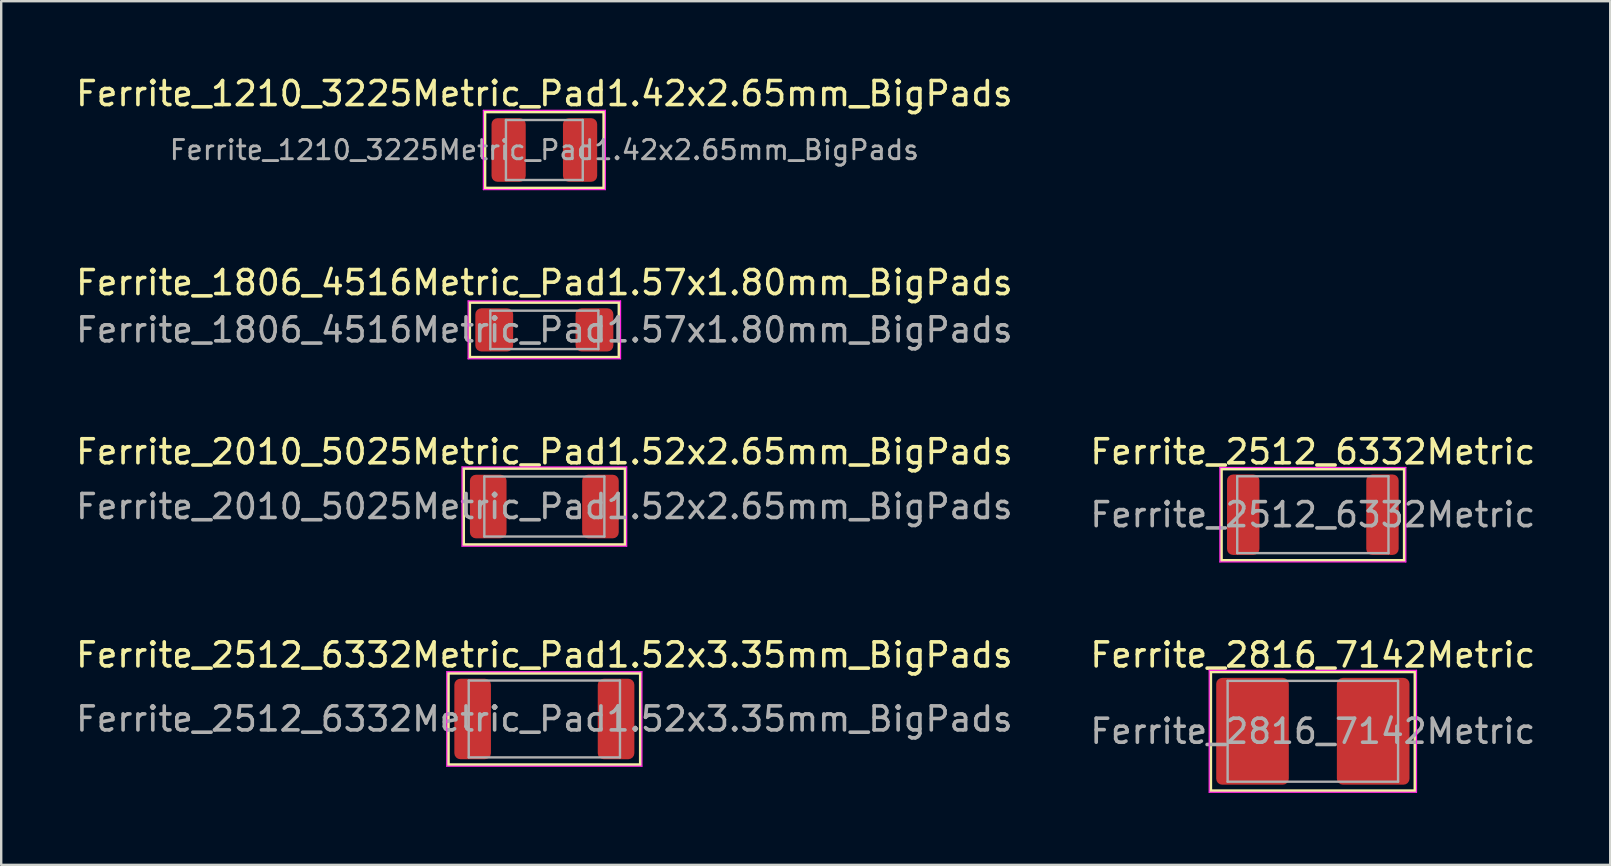
<source format=kicad_pcb>
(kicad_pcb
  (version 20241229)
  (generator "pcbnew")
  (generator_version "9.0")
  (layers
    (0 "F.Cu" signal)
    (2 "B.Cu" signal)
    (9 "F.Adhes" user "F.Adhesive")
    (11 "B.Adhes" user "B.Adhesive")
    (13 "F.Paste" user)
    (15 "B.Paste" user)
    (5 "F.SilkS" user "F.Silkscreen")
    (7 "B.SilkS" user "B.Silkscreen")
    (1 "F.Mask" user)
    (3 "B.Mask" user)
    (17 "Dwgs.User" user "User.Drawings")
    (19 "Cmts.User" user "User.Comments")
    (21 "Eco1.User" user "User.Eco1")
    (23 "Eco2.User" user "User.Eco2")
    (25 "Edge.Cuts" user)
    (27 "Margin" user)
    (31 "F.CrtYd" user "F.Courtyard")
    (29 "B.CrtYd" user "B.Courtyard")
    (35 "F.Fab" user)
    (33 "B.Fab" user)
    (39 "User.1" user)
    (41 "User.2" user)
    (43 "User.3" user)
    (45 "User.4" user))
  (footprint "Ferrite_2816_7142Metric"
    (layer "F.Cu")
    (at 51.637 27.412)
    (property "Reference" "Ferrite_2816_7142Metric" (at 0 -3.18 0) (layer "F.SilkS") (effects (font (size 1 1) (thickness 0.15))))
    (attr smd)
    (fp_line (start -4.255 -2.477) (end 4.255 -2.477) (stroke (width 0.12) (type solid)) (layer "F.SilkS"))
    (fp_line (start -4.255 2.477) (end -4.255 -2.477) (stroke (width 0.12) (type solid)) (layer "F.SilkS"))
    (fp_line (start 4.255 -2.477) (end 4.255 2.477) (stroke (width 0.12) (type solid)) (layer "F.SilkS"))
    (fp_line (start 4.255 2.477) (end -4.255 2.477) (stroke (width 0.12) (type solid)) (layer "F.SilkS"))
    (fp_line (start -4.318 -2.54) (end 4.318 -2.54) (stroke (width 0.05) (type solid)) (layer "F.CrtYd"))
    (fp_line (start -4.318 2.54) (end -4.318 -2.54) (stroke (width 0.05) (type solid)) (layer "F.CrtYd"))
    (fp_line (start 4.318 -2.54) (end 4.318 2.54) (stroke (width 0.05) (type solid)) (layer "F.CrtYd"))
    (fp_line (start 4.318 2.54) (end -4.318 2.54) (stroke (width 0.05) (type solid)) (layer "F.CrtYd"))
    (fp_line (start -3.55 -2.1) (end 3.55 -2.1) (stroke (width 0.1) (type solid)) (layer "F.Fab"))
    (fp_line (start -3.55 2.1) (end -3.55 -2.1) (stroke (width 0.1) (type solid)) (layer "F.Fab"))
    (fp_line (start 3.55 -2.1) (end 3.55 2.1) (stroke (width 0.1) (type solid)) (layer "F.Fab"))
    (fp_line (start 3.55 2.1) (end -3.55 2.1) (stroke (width 0.1) (type solid)) (layer "F.Fab"))
    (fp_text user "${REFERENCE}" (at 0 0 0) (layer "F.Fab") (effects (font (size 1 1) (thickness 0.15))))
    (pad "1" smd roundrect (at -2.513 0) (size 3.025 4.45) (layers "F.Cu" "F.Mask" "F.Paste") (roundrect_rratio 0.083))
    (pad "2" smd roundrect (at 2.513 0) (size 3.025 4.45) (layers "F.Cu" "F.Mask" "F.Paste") (roundrect_rratio 0.083)))
  (footprint "Ferrite_1806_4516Metric_Pad1.57x1.80mm_BigPads"
    (layer "F.Cu")
    (at 19.625 10.691)
    (property "Reference" "Ferrite_1806_4516Metric_Pad1.57x1.80mm_BigPads" (at 0 -1.968 0) (layer "F.SilkS") (effects (font (size 1 1) (thickness 0.15))))
    (attr smd)
    (fp_line (start -3.111 -1.143) (end 3.111 -1.143) (stroke (width 0.12) (type solid)) (layer "F.SilkS"))
    (fp_line (start -3.111 1.143) (end -3.111 -1.143) (stroke (width 0.12) (type solid)) (layer "F.SilkS"))
    (fp_line (start 3.111 -1.143) (end 3.111 1.143) (stroke (width 0.12) (type solid)) (layer "F.SilkS"))
    (fp_line (start 3.111 1.143) (end -3.111 1.143) (stroke (width 0.12) (type solid)) (layer "F.SilkS"))
    (fp_line (start -3.175 -1.206) (end 3.175 -1.206) (stroke (width 0.05) (type solid)) (layer "F.CrtYd"))
    (fp_line (start -3.175 1.206) (end -3.175 -1.206) (stroke (width 0.05) (type solid)) (layer "F.CrtYd"))
    (fp_line (start 3.175 -1.206) (end 3.175 1.206) (stroke (width 0.05) (type solid)) (layer "F.CrtYd"))
    (fp_line (start 3.175 1.206) (end -3.175 1.206) (stroke (width 0.05) (type solid)) (layer "F.CrtYd"))
    (fp_line (start -2.25 -0.8) (end 2.25 -0.8) (stroke (width 0.1) (type solid)) (layer "F.Fab"))
    (fp_line (start -2.25 0.8) (end -2.25 -0.8) (stroke (width 0.1) (type solid)) (layer "F.Fab"))
    (fp_line (start 2.25 -0.8) (end 2.25 0.8) (stroke (width 0.1) (type solid)) (layer "F.Fab"))
    (fp_line (start 2.25 0.8) (end -2.25 0.8) (stroke (width 0.1) (type solid)) (layer "F.Fab"))
    (fp_text user "${REFERENCE}" (at 0 0 0) (layer "F.Fab") (effects (font (size 1 1) (thickness 0.15))))
    (pad "1" smd roundrect (at -2.087 0) (size 1.575 1.8) (layers "F.Cu" "F.Mask" "F.Paste") (roundrect_rratio 0.159))
    (pad "2" smd roundrect (at 2.087 0) (size 1.575 1.8) (layers "F.Cu" "F.Mask" "F.Paste") (roundrect_rratio 0.159)))
  (footprint "Ferrite_1210_3225Metric_Pad1.42x2.65mm_BigPads"
    (layer "F.Cu")
    (at 19.625 3.198)
    (property "Reference" "Ferrite_1210_3225Metric_Pad1.42x2.65mm_BigPads" (at 0 -2.349 0) (layer "F.SilkS") (effects (font (size 1 1) (thickness 0.15))))
    (attr smd)
    (fp_line (start -2.477 -1.587) (end 2.477 -1.587) (stroke (width 0.12) (type solid)) (layer "F.SilkS"))
    (fp_line (start -2.477 1.587) (end -2.477 -1.587) (stroke (width 0.12) (type solid)) (layer "F.SilkS"))
    (fp_line (start 2.477 -1.587) (end 2.477 1.587) (stroke (width 0.12) (type solid)) (layer "F.SilkS"))
    (fp_line (start 2.477 1.587) (end -2.477 1.587) (stroke (width 0.12) (type solid)) (layer "F.SilkS"))
    (fp_line (start -2.54 -1.651) (end 2.54 -1.651) (stroke (width 0.05) (type solid)) (layer "F.CrtYd"))
    (fp_line (start -2.54 1.651) (end -2.54 -1.651) (stroke (width 0.05) (type solid)) (layer "F.CrtYd"))
    (fp_line (start 2.54 -1.651) (end 2.54 1.651) (stroke (width 0.05) (type solid)) (layer "F.CrtYd"))
    (fp_line (start 2.54 1.651) (end -2.54 1.651) (stroke (width 0.05) (type solid)) (layer "F.CrtYd"))
    (fp_line (start -1.6 -1.25) (end 1.6 -1.25) (stroke (width 0.1) (type solid)) (layer "F.Fab"))
    (fp_line (start -1.6 1.25) (end -1.6 -1.25) (stroke (width 0.1) (type solid)) (layer "F.Fab"))
    (fp_line (start 1.6 -1.25) (end 1.6 1.25) (stroke (width 0.1) (type solid)) (layer "F.Fab"))
    (fp_line (start 1.6 1.25) (end -1.6 1.25) (stroke (width 0.1) (type solid)) (layer "F.Fab"))
    (fp_text user "${REFERENCE}" (at 0 0 0) (layer "F.Fab") (effects (font (size 0.8 0.8) (thickness 0.12))))
    (pad "1" smd roundrect (at -1.488 0) (size 1.425 2.65) (layers "F.Cu" "F.Mask" "F.Paste") (roundrect_rratio 0.175))
    (pad "2" smd roundrect (at 1.488 0) (size 1.425 2.65) (layers "F.Cu" "F.Mask" "F.Paste") (roundrect_rratio 0.175)))
  (footprint "Ferrite_2512_6332Metric"
    (layer "F.Cu")
    (at 51.637 18.39)
    (property "Reference" "Ferrite_2512_6332Metric" (at 0 -2.62 0) (layer "F.SilkS") (effects (font (size 1 1) (thickness 0.15))))
    (attr smd)
    (fp_line (start -3.81 -1.905) (end 3.81 -1.905) (stroke (width 0.12) (type solid)) (layer "F.SilkS"))
    (fp_line (start -3.81 1.905) (end -3.81 -1.905) (stroke (width 0.12) (type solid)) (layer "F.SilkS"))
    (fp_line (start 3.81 -1.905) (end 3.81 1.905) (stroke (width 0.12) (type solid)) (layer "F.SilkS"))
    (fp_line (start 3.81 1.905) (end -3.81 1.905) (stroke (width 0.12) (type solid)) (layer "F.SilkS"))
    (fp_line (start -3.873 -1.968) (end 3.873 -1.968) (stroke (width 0.05) (type solid)) (layer "F.CrtYd"))
    (fp_line (start -3.873 1.968) (end -3.873 -1.968) (stroke (width 0.05) (type solid)) (layer "F.CrtYd"))
    (fp_line (start 3.873 -1.968) (end 3.873 1.968) (stroke (width 0.05) (type solid)) (layer "F.CrtYd"))
    (fp_line (start 3.873 1.968) (end -3.873 1.968) (stroke (width 0.05) (type solid)) (layer "F.CrtYd"))
    (fp_line (start -3.15 -1.6) (end 3.15 -1.6) (stroke (width 0.1) (type solid)) (layer "F.Fab"))
    (fp_line (start -3.15 1.6) (end -3.15 -1.6) (stroke (width 0.1) (type solid)) (layer "F.Fab"))
    (fp_line (start 3.15 -1.6) (end 3.15 1.6) (stroke (width 0.1) (type solid)) (layer "F.Fab"))
    (fp_line (start 3.15 1.6) (end -3.15 1.6) (stroke (width 0.1) (type solid)) (layer "F.Fab"))
    (fp_text user "${REFERENCE}" (at 0 0 0) (layer "F.Fab") (effects (font (size 1 1) (thickness 0.15))))
    (pad "1" smd roundrect (at -2.9 0) (size 1.35 3.35) (layers "F.Cu" "F.Mask" "F.Paste") (roundrect_rratio 0.185))
    (pad "2" smd roundrect (at 2.9 0) (size 1.35 3.35) (layers "F.Cu" "F.Mask" "F.Paste") (roundrect_rratio 0.185)))
  (footprint "Ferrite_2010_5025Metric_Pad1.52x2.65mm_BigPads"
    (layer "F.Cu")
    (at 19.625 18.05)
    (property "Reference" "Ferrite_2010_5025Metric_Pad1.52x2.65mm_BigPads" (at 0 -2.28 0) (layer "F.SilkS") (effects (font (size 1 1) (thickness 0.15))))
    (attr smd)
    (fp_line (start -3.365 -1.587) (end 3.365 -1.587) (stroke (width 0.12) (type solid)) (layer "F.SilkS"))
    (fp_line (start -3.365 1.587) (end -3.365 -1.587) (stroke (width 0.12) (type solid)) (layer "F.SilkS"))
    (fp_line (start 3.365 -1.587) (end 3.365 1.587) (stroke (width 0.12) (type solid)) (layer "F.SilkS"))
    (fp_line (start 3.365 1.587) (end -3.365 1.587) (stroke (width 0.12) (type solid)) (layer "F.SilkS"))
    (fp_line (start -3.429 -1.651) (end 3.429 -1.651) (stroke (width 0.05) (type solid)) (layer "F.CrtYd"))
    (fp_line (start -3.429 1.651) (end -3.429 -1.651) (stroke (width 0.05) (type solid)) (layer "F.CrtYd"))
    (fp_line (start 3.429 -1.651) (end 3.429 1.651) (stroke (width 0.05) (type solid)) (layer "F.CrtYd"))
    (fp_line (start 3.429 1.651) (end -3.429 1.651) (stroke (width 0.05) (type solid)) (layer "F.CrtYd"))
    (fp_line (start -2.5 -1.25) (end 2.5 -1.25) (stroke (width 0.1) (type solid)) (layer "F.Fab"))
    (fp_line (start -2.5 1.25) (end -2.5 -1.25) (stroke (width 0.1) (type solid)) (layer "F.Fab"))
    (fp_line (start 2.5 -1.25) (end 2.5 1.25) (stroke (width 0.1) (type solid)) (layer "F.Fab"))
    (fp_line (start 2.5 1.25) (end -2.5 1.25) (stroke (width 0.1) (type solid)) (layer "F.Fab"))
    (fp_text user "${REFERENCE}" (at 0 0 0) (layer "F.Fab") (effects (font (size 1 1) (thickness 0.15))))
    (pad "1" smd roundrect (at -2.337 0) (size 1.525 2.65) (layers "F.Cu" "F.Mask" "F.Paste") (roundrect_rratio 0.164))
    (pad "2" smd roundrect (at 2.337 0) (size 1.525 2.65) (layers "F.Cu" "F.Mask" "F.Paste") (roundrect_rratio 0.164)))
  (footprint "Ferrite_2512_6332Metric_Pad1.52x3.35mm_BigPads"
    (layer "F.Cu")
    (at 19.625 26.899)
    (property "Reference" "Ferrite_2512_6332Metric_Pad1.52x3.35mm_BigPads" (at 0 -2.667 0) (layer "F.SilkS") (effects (font (size 1 1) (thickness 0.15))))
    (attr smd)
    (fp_line (start -4 -1.905) (end 4 -1.905) (stroke (width 0.12) (type solid)) (layer "F.SilkS"))
    (fp_line (start -4 1.905) (end -4 -1.905) (stroke (width 0.12) (type solid)) (layer "F.SilkS"))
    (fp_line (start 4 -1.905) (end 4 1.905) (stroke (width 0.12) (type solid)) (layer "F.SilkS"))
    (fp_line (start 4 1.905) (end -4 1.905) (stroke (width 0.12) (type solid)) (layer "F.SilkS"))
    (fp_line (start -4.064 -1.968) (end 4.064 -1.968) (stroke (width 0.05) (type solid)) (layer "F.CrtYd"))
    (fp_line (start -4.064 1.968) (end -4.064 -1.968) (stroke (width 0.05) (type solid)) (layer "F.CrtYd"))
    (fp_line (start 4.064 -1.968) (end 4.064 1.968) (stroke (width 0.05) (type solid)) (layer "F.CrtYd"))
    (fp_line (start 4.064 1.968) (end -4.064 1.968) (stroke (width 0.05) (type solid)) (layer "F.CrtYd"))
    (fp_line (start -3.15 -1.6) (end 3.15 -1.6) (stroke (width 0.1) (type solid)) (layer "F.Fab"))
    (fp_line (start -3.15 1.6) (end -3.15 -1.6) (stroke (width 0.1) (type solid)) (layer "F.Fab"))
    (fp_line (start 3.15 -1.6) (end 3.15 1.6) (stroke (width 0.1) (type solid)) (layer "F.Fab"))
    (fp_line (start 3.15 1.6) (end -3.15 1.6) (stroke (width 0.1) (type solid)) (layer "F.Fab"))
    (fp_text user "${REFERENCE}" (at 0 0 0) (layer "F.Fab") (effects (font (size 1 1) (thickness 0.15))))
    (pad "1" smd roundrect (at -2.987 0) (size 1.525 3.35) (layers "F.Cu" "F.Mask" "F.Paste") (roundrect_rratio 0.164))
    (pad "2" smd roundrect (at 2.987 0) (size 1.525 3.35) (layers "F.Cu" "F.Mask" "F.Paste") (roundrect_rratio 0.164)))
  (gr_rect
    (start -3 -3)
    (end 64.024 32.977)
    (stroke (width 0.1) (type default))
    (fill no)
    (layer "Edge.Cuts")))
</source>
